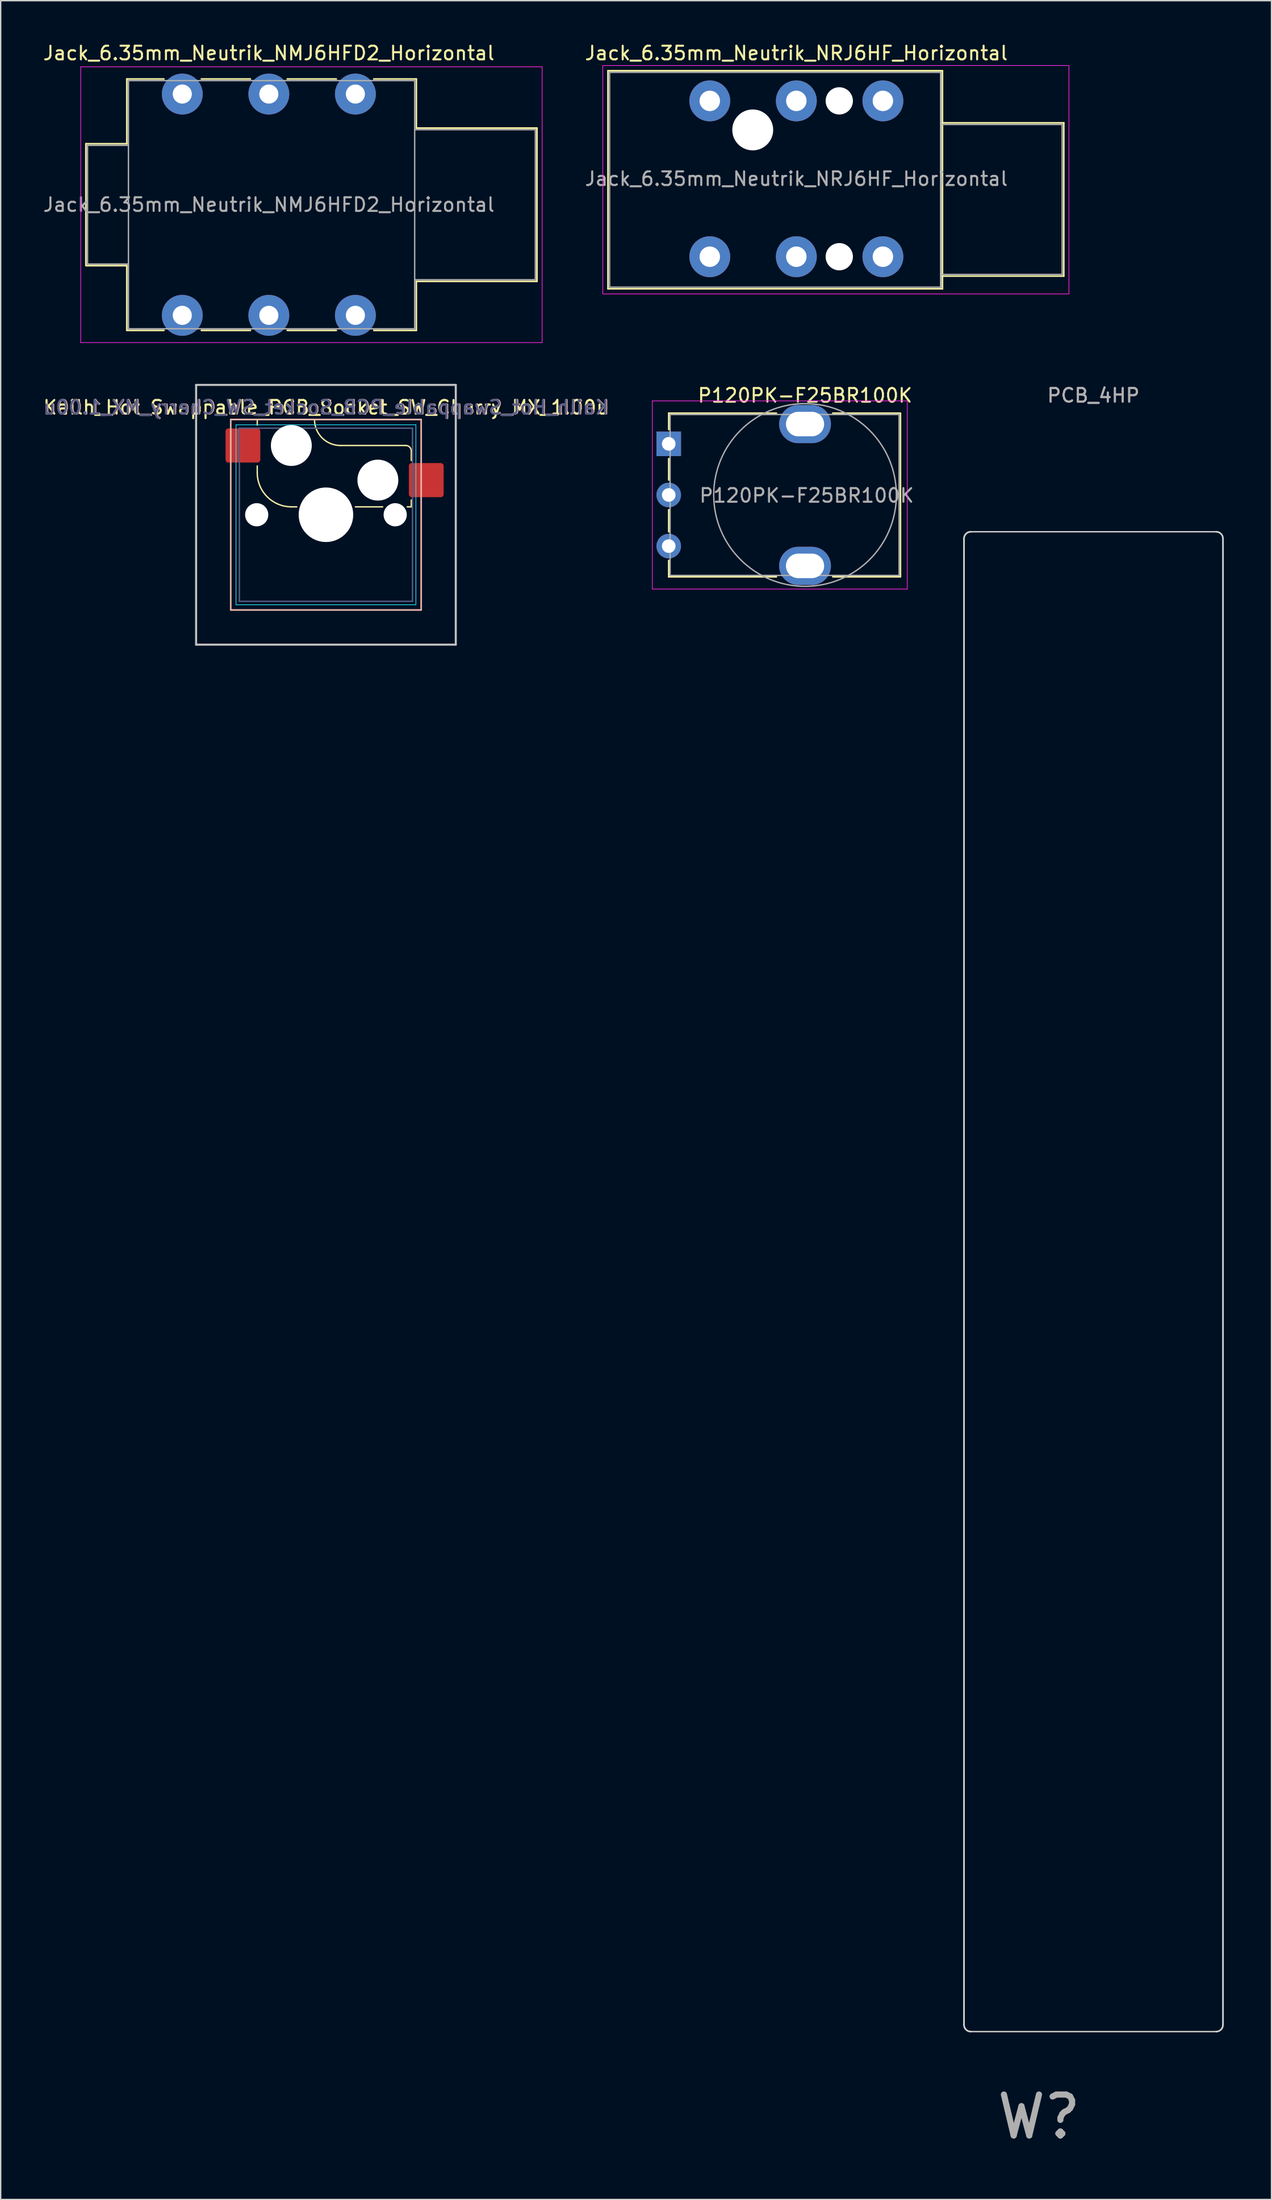
<source format=kicad_pcb>
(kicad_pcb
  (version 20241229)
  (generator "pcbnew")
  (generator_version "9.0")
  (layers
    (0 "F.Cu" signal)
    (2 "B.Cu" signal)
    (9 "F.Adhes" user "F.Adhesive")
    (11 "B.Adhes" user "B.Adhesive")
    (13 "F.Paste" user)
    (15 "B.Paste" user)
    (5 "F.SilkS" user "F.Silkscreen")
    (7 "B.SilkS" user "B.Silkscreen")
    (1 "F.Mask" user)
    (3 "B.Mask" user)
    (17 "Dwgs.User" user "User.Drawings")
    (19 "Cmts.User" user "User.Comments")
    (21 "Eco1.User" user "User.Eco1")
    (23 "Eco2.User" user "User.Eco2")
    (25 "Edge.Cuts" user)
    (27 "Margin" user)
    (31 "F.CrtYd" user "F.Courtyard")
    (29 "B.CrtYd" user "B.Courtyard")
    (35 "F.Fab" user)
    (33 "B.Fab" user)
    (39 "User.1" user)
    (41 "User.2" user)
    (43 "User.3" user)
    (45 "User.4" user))
  (footprint "P120PK-F25BR100K"
    (layer "F.Cu")
    (at 56.011 33.252)
    (property "Reference" "P120PK-F25BR100K" (at 0 -7.3 180) (layer "F.SilkS") (effects (font (size 1 1) (thickness 0.15))))
    (attr through_hole)
    (fp_line (start -10 -6) (end -2.1 -6) (stroke (width 0.12) (type solid)) (layer "F.SilkS"))
    (fp_line (start -10 -4.8) (end -10 -6) (stroke (width 0.12) (type solid)) (layer "F.SilkS"))
    (fp_line (start -10 -1.1) (end -10 -2.665) (stroke (width 0.12) (type solid)) (layer "F.SilkS"))
    (fp_line (start -10 2.7) (end -10 1.085) (stroke (width 0.12) (type solid)) (layer "F.SilkS"))
    (fp_line (start -10 6) (end -10 4.8) (stroke (width 0.12) (type solid)) (layer "F.SilkS"))
    (fp_line (start -10 6) (end -2.1 6) (stroke (width 0.12) (type solid)) (layer "F.SilkS"))
    (fp_line (start 2.035 -6) (end 6.965 -6) (stroke (width 0.12) (type solid)) (layer "F.SilkS"))
    (fp_line (start 2.035 6) (end 6.965 6) (stroke (width 0.12) (type solid)) (layer "F.SilkS"))
    (fp_line (start 7 6) (end 7 -6) (stroke (width 0.12) (type solid)) (layer "F.SilkS"))
    (fp_line (start -11.2 -6.9) (end -11.2 6.9) (stroke (width 0.05) (type solid)) (layer "F.CrtYd"))
    (fp_line (start -11.2 6.9) (end 7.5 6.9) (stroke (width 0.05) (type solid)) (layer "F.CrtYd"))
    (fp_line (start 7.5 -6.9) (end -11.2 -6.9) (stroke (width 0.05) (type solid)) (layer "F.CrtYd"))
    (fp_line (start 7.5 6.9) (end 7.5 -6.9) (stroke (width 0.05) (type solid)) (layer "F.CrtYd"))
    (fp_line (start -9.9 -5.9) (end 6.9 -5.9) (stroke (width 0.1) (type solid)) (layer "F.Fab"))
    (fp_line (start -9.9 5.9) (end -9.9 -5.9) (stroke (width 0.1) (type solid)) (layer "F.Fab"))
    (fp_line (start -9.9 5.9) (end 6.9 5.9) (stroke (width 0.1) (type solid)) (layer "F.Fab"))
    (fp_line (start 6.9 5.9) (end 6.9 -5.9) (stroke (width 0.1) (type solid)) (layer "F.Fab"))
    (fp_circle (center 0 0) (end 0 -6.7) (stroke (width 0.1) (type solid)) (fill no) (layer "F.Fab"))
    (fp_text user "${REFERENCE}" (at 0.12 0.04 0) (layer "F.Fab") (effects (font (size 1 1) (thickness 0.15))))
    (pad "" thru_hole oval (at 0 -5.2 90) (size 2.8 3.8) (drill oval 1.8 2.8) (layers "*.Cu" "*.Mask"))
    (pad "" thru_hole oval (at 0 5.2 90) (size 2.8 3.8) (drill oval 1.8 2.8) (layers "*.Cu" "*.Mask"))
    (pad "1" thru_hole rect (at -10 -3.75 90) (size 1.8 1.8) (drill 1) (layers "*.Cu" "*.Mask"))
    (pad "2" thru_hole circle (at -10 0 90) (size 1.8 1.8) (drill 1) (layers "*.Cu" "*.Mask"))
    (pad "3" thru_hole circle (at -10 3.75 90) (size 1.8 1.8) (drill 1) (layers "*.Cu" "*.Mask")))
  (footprint "Kailh_Hot_Swappable_PCB_Socket_SW_Cherry_MX_1.00u"
    (layer "F.Cu")
    (at 20.863 34.703)
    (property "Reference" "Kailh_Hot_Swappable_PCB_Socket_SW_Cherry_MX_1.00u" (at 0 -7.874 0) (layer "F.SilkS") (effects (font (size 1 1) (thickness 0.15))))
    (attr smd)
    (fp_line (start -5.04 -6.98) (end -0.84 -6.98) (stroke (width 0.1) (type default)) (layer "F.SilkS"))
    (fp_line (start -5.04 -6.58) (end -5.04 -6.98) (stroke (width 0.1) (type default)) (layer "F.SilkS"))
    (fp_line (start -5.04 -3.08) (end -5.04 -3.58) (stroke (width 0.1) (type default)) (layer "F.SilkS"))
    (fp_line (start -2.14 -0.58) (end -2.543 -0.58) (stroke (width 0.1) (type default)) (layer "F.SilkS"))
    (fp_line (start 1.06 -5.08) (end 5.86 -5.08) (stroke (width 0.1) (type default)) (layer "F.SilkS"))
    (fp_line (start 4.16 -0.58) (end 2.16 -0.58) (stroke (width 0.1) (type default)) (layer "F.SilkS"))
    (fp_line (start 6.26 -4.68) (end 6.26 -3.98) (stroke (width 0.1) (type default)) (layer "F.SilkS"))
    (fp_line (start 6.26 -1.08) (end 6.26 -0.68) (stroke (width 0.1) (type default)) (layer "F.SilkS"))
    (fp_line (start 6.26 -0.68) (end 6.26 -0.58) (stroke (width 0.1) (type default)) (layer "F.SilkS"))
    (fp_line (start 6.26 -0.58) (end 5.96 -0.58) (stroke (width 0.1) (type default)) (layer "F.SilkS"))
    (fp_arc (start -2.542944 -0.582944) (mid -4.308627 -1.314316) (end -5.04 -3.08) (stroke (width 0.1) (type default)) (layer "F.SilkS"))
    (fp_arc (start 1.06 -5.08) (mid -0.283503 -5.636497) (end -0.84 -6.98) (stroke (width 0.1) (type default)) (layer "F.SilkS"))
    (fp_arc (start 5.86 -5.08) (mid 6.142843 -4.962843) (end 6.26 -4.68) (stroke (width 0.1) (type default)) (layer "F.SilkS"))
    (fp_line (start -6.985 -6.985) (end -6.985 6.985) (stroke (width 0.12) (type solid)) (layer "B.SilkS"))
    (fp_line (start -6.985 6.985) (end 6.985 6.985) (stroke (width 0.12) (type solid)) (layer "B.SilkS"))
    (fp_line (start 6.985 -6.985) (end -6.985 -6.985) (stroke (width 0.12) (type solid)) (layer "B.SilkS"))
    (fp_line (start 6.985 6.985) (end 6.985 -6.985) (stroke (width 0.12) (type solid)) (layer "B.SilkS"))
    (fp_line (start -9.525 -9.525) (end -9.525 9.525) (stroke (width 0.15) (type solid)) (layer "Dwgs.User"))
    (fp_line (start -9.525 9.525) (end 9.525 9.525) (stroke (width 0.15) (type solid)) (layer "Dwgs.User"))
    (fp_line (start 9.525 -9.525) (end -9.525 -9.525) (stroke (width 0.15) (type solid)) (layer "Dwgs.User"))
    (fp_line (start 9.525 9.525) (end 9.525 -9.525) (stroke (width 0.15) (type solid)) (layer "Dwgs.User"))
    (fp_line (start -6.6 -6.6) (end -6.6 6.6) (stroke (width 0.05) (type solid)) (layer "B.CrtYd"))
    (fp_line (start -6.6 6.6) (end 6.6 6.6) (stroke (width 0.05) (type solid)) (layer "B.CrtYd"))
    (fp_line (start 6.6 -6.6) (end -6.6 -6.6) (stroke (width 0.05) (type solid)) (layer "B.CrtYd"))
    (fp_line (start 6.6 6.6) (end 6.6 -6.6) (stroke (width 0.05) (type solid)) (layer "B.CrtYd"))
    (fp_line (start -6.35 -6.35) (end -6.35 6.35) (stroke (width 0.1) (type solid)) (layer "B.Fab"))
    (fp_line (start -6.35 6.35) (end 6.35 6.35) (stroke (width 0.1) (type solid)) (layer "B.Fab"))
    (fp_line (start 6.35 -6.35) (end -6.35 -6.35) (stroke (width 0.1) (type solid)) (layer "B.Fab"))
    (fp_line (start 6.35 6.35) (end 6.35 -6.35) (stroke (width 0.1) (type solid)) (layer "B.Fab"))
    (fp_text user "${REFERENCE}" (at 0.06 -7.88 0) (unlocked yes) (layer "B.SilkS") (effects (font (size 1 1) (thickness 0.15)) (justify mirror)))
    (fp_text user "${REFERENCE}" (at 0 -7.874 0) (layer "B.Fab") (effects (font (size 1 1) (thickness 0.15)) (justify mirror)))
    (pad "" np_thru_hole circle (at -5.08 0) (size 1.7 1.7) (drill 1.7) (layers "*.Cu" "*.Mask"))
    (pad "" np_thru_hole circle (at -2.54 -5.08) (size 3 3) (drill 3) (layers "*.Cu" "*.Mask"))
    (pad "" np_thru_hole circle (at 0 0) (size 4 4) (drill 4) (layers "*.Cu" "*.Mask"))
    (pad "" np_thru_hole circle (at 3.81 -2.54) (size 3 3) (drill 3) (layers "*.Cu" "*.Mask"))
    (pad "" np_thru_hole circle (at 5.08 0) (size 1.7 1.7) (drill 1.7) (layers "*.Cu" "*.Mask"))
    (pad "1" smd roundrect (at 7.36 -2.54) (size 2.55 2.5) (layers "F.Cu" "F.Mask" "F.Paste") (roundrect_rratio 0.083))
    (pad "2" smd roundrect (at -6.09 -5.08) (size 2.55 2.5) (layers "F.Cu" "F.Mask" "F.Paste") (roundrect_rratio 0.083)))
  (footprint "Jack_6.35mm_Neutrik_NMJ6HFD2_Horizontal"
    (layer "F.Cu")
    (at 10.323 3.848)
    (property "Reference" "Jack_6.35mm_Neutrik_NMJ6HFD2_Horizontal" (at 6.35 -3 0) (layer "F.SilkS") (effects (font (size 1 1) (thickness 0.15))))
    (attr through_hole)
    (fp_line (start -7.07 3.645) (end -4.07 3.645) (stroke (width 0.12) (type solid)) (layer "F.SilkS"))
    (fp_line (start -7.07 12.545) (end -7.07 3.645) (stroke (width 0.12) (type solid)) (layer "F.SilkS"))
    (fp_line (start -7.07 12.585) (end -4.07 12.585) (stroke (width 0.12) (type solid)) (layer "F.SilkS"))
    (fp_line (start -4.07 -1.105) (end -1.35 -1.105) (stroke (width 0.12) (type solid)) (layer "F.SilkS"))
    (fp_line (start -4.07 3.645) (end -4.07 -1.105) (stroke (width 0.12) (type solid)) (layer "F.SilkS"))
    (fp_line (start -4.07 17.335) (end -4.07 12.585) (stroke (width 0.12) (type solid)) (layer "F.SilkS"))
    (fp_line (start -1.35 17.335) (end -4.07 17.335) (stroke (width 0.12) (type solid)) (layer "F.SilkS"))
    (fp_line (start 1.4 -1.105) (end 5 -1.105) (stroke (width 0.12) (type solid)) (layer "F.SilkS"))
    (fp_line (start 5 17.335) (end 1.4 17.335) (stroke (width 0.12) (type solid)) (layer "F.SilkS"))
    (fp_line (start 7.7 -1.105) (end 11.3 -1.105) (stroke (width 0.12) (type solid)) (layer "F.SilkS"))
    (fp_line (start 11.3 17.335) (end 7.7 17.335) (stroke (width 0.12) (type solid)) (layer "F.SilkS"))
    (fp_line (start 17.17 -1.105) (end 14.05 -1.105) (stroke (width 0.12) (type solid)) (layer "F.SilkS"))
    (fp_line (start 17.17 2.495) (end 17.17 -1.105) (stroke (width 0.12) (type solid)) (layer "F.SilkS"))
    (fp_line (start 17.17 2.495) (end 26.02 2.495) (stroke (width 0.12) (type solid)) (layer "F.SilkS"))
    (fp_line (start 17.17 13.735) (end 26.02 13.735) (stroke (width 0.12) (type solid)) (layer "F.SilkS"))
    (fp_line (start 17.17 17.335) (end 14.05 17.335) (stroke (width 0.12) (type solid)) (layer "F.SilkS"))
    (fp_line (start 17.17 17.335) (end 17.17 13.735) (stroke (width 0.12) (type solid)) (layer "F.SilkS"))
    (fp_line (start 26.02 13.735) (end 26.02 2.495) (stroke (width 0.12) (type solid)) (layer "F.SilkS"))
    (fp_line (start -7.45 18.23) (end -7.45 -2) (stroke (width 0.05) (type solid)) (layer "F.CrtYd"))
    (fp_line (start -7.45 18.23) (end 26.4 18.23) (stroke (width 0.05) (type solid)) (layer "F.CrtYd"))
    (fp_line (start 26.4 -2) (end -7.45 -2) (stroke (width 0.05) (type solid)) (layer "F.CrtYd"))
    (fp_line (start 26.4 18.23) (end 26.4 -2) (stroke (width 0.05) (type solid)) (layer "F.CrtYd"))
    (fp_line (start -6.95 3.765) (end -3.95 3.765) (stroke (width 0.1) (type solid)) (layer "F.Fab"))
    (fp_line (start -6.95 12.465) (end -6.95 3.765) (stroke (width 0.1) (type solid)) (layer "F.Fab"))
    (fp_line (start -6.95 12.465) (end -3.95 12.465) (stroke (width 0.1) (type solid)) (layer "F.Fab"))
    (fp_line (start -3.95 17.215) (end -3.95 -0.985) (stroke (width 0.1) (type solid)) (layer "F.Fab"))
    (fp_line (start 17.05 -0.985) (end -3.95 -0.985) (stroke (width 0.1) (type solid)) (layer "F.Fab"))
    (fp_line (start 17.05 17.215) (end -3.95 17.215) (stroke (width 0.1) (type solid)) (layer "F.Fab"))
    (fp_line (start 17.05 17.215) (end 17.05 -0.985) (stroke (width 0.1) (type solid)) (layer "F.Fab"))
    (fp_line (start 25.9 2.615) (end 17.05 2.615) (stroke (width 0.1) (type solid)) (layer "F.Fab"))
    (fp_line (start 25.9 13.615) (end 17.05 13.615) (stroke (width 0.1) (type solid)) (layer "F.Fab"))
    (fp_line (start 25.9 13.615) (end 25.9 2.615) (stroke (width 0.1) (type solid)) (layer "F.Fab"))
    (fp_text user "${REFERENCE}" (at 6.35 8.115 0) (layer "F.Fab") (effects (font (size 1 1) (thickness 0.15))))
    (pad "R" thru_hole circle (at 6.35 0) (size 3 3) (drill 1.4) (layers "*.Cu" "*.Mask"))
    (pad "RN" thru_hole circle (at 6.35 16.23) (size 3 3) (drill 1.4) (layers "*.Cu" "*.Mask"))
    (pad "S" thru_hole circle (at 12.7 0) (size 3 3) (drill 1.4) (layers "*.Cu" "*.Mask"))
    (pad "SN" thru_hole circle (at 12.7 16.23) (size 3 3) (drill 1.4) (layers "*.Cu" "*.Mask"))
    (pad "T" thru_hole circle (at 0 0) (size 3 3) (drill 1.4) (layers "*.Cu" "*.Mask"))
    (pad "TN" thru_hole circle (at 0 16.23) (size 3 3) (drill 1.4) (layers "*.Cu" "*.Mask")))
  (footprint "PCB_4HP"
    (layer "F.Cu")
    (at 77.173 90.951)
    (property "Reference" "PCB_4HP" (at 0 -65 0) (unlocked yes) (layer "F.Fab") (effects (font (size 1 1) (thickness 0.15))))
    (attr through_hole)
    (fp_line (start -9.5 54.5) (end -9.5 -54.5) (stroke (width 0.12) (type solid)) (layer "Edge.Cuts"))
    (fp_line (start -9 -55) (end 9 -55) (stroke (width 0.1) (type solid)) (layer "Edge.Cuts"))
    (fp_line (start -9 55) (end 9 55) (stroke (width 0.1) (type solid)) (layer "Edge.Cuts"))
    (fp_line (start 9.5 -54.5) (end 9.5 54.5) (stroke (width 0.12) (type solid)) (layer "Edge.Cuts"))
    (fp_arc (start -9.5 -54.5) (mid -9.353553 -54.853553) (end -9 -55) (stroke (width 0.12) (type solid)) (layer "Edge.Cuts"))
    (fp_arc (start -9 55) (mid -9.353553 54.853553) (end -9.5 54.5) (stroke (width 0.12) (type solid)) (layer "Edge.Cuts"))
    (fp_arc (start 9 -55) (mid 9.353553 -54.853553) (end 9.5 -54.5) (stroke (width 0.12) (type solid)) (layer "Edge.Cuts"))
    (fp_arc (start 9.5 54.5) (mid 9.353553 54.853553) (end 9 55) (stroke (width 0.12) (type solid)) (layer "Edge.Cuts"))
    (fp_line (start -10 -63.75) (end -10 63.75) (stroke (width 0.12) (type solid)) (layer "User.2"))
    (fp_line (start -9.5 64.25) (end 9.5 64.25) (stroke (width 0.12) (type solid)) (layer "User.2"))
    (fp_line (start 9.5 -64.25) (end -9.5 -64.25) (stroke (width 0.12) (type solid)) (layer "User.2"))
    (fp_line (start 10 63.75) (end 10 -63.75) (stroke (width 0.12) (type solid)) (layer "User.2"))
    (fp_arc (start -10 -63.75) (mid -9.853553 -64.103553) (end -9.5 -64.25) (stroke (width 0.12) (type solid)) (layer "User.2"))
    (fp_arc (start -9.5 64.25) (mid -9.853553 64.103553) (end -10 63.75) (stroke (width 0.12) (type solid)) (layer "User.2"))
    (fp_arc (start 9.5 -64.25) (mid 9.853553 -64.103553) (end 10 -63.75) (stroke (width 0.12) (type solid)) (layer "User.2"))
    (fp_arc (start 10 63.75) (mid 9.853553 64.103553) (end 9.5 64.25) (stroke (width 0.12) (type solid)) (layer "User.2"))
    (fp_circle (center -5.08 -61.25) (end -2.959 -61.25) (stroke (width 0.12) (type solid)) (fill no) (layer "User.2"))
    (fp_circle (center 5.08 61.25) (end 7.201 61.25) (stroke (width 0.12) (type solid)) (fill no) (layer "User.2"))
    (fp_text user "${REFERENCE}" (at 0 -65 0) (unlocked yes) (layer "F.Fab") (effects (font (size 1 1) (thickness 0.15))))
    (fp_text user "W?" (at -4 61.25 0) (unlocked yes) (layer "F.Fab") (effects (font (size 3 3) (thickness 0.45)))))
  (footprint "Jack_6.35mm_Neutrik_NRJ6HF_Horizontal"
    (layer "F.Cu")
    (at 49.023 4.348)
    (property "Reference" "Jack_6.35mm_Neutrik_NRJ6HF_Horizontal" (at 6.35 -3.5 0) (layer "F.SilkS") (effects (font (size 1 1) (thickness 0.15))))
    (attr through_hole)
    (fp_line (start -7.47 -2.21) (end 17.07 -2.21) (stroke (width 0.12) (type solid)) (layer "F.SilkS"))
    (fp_line (start -7.47 13.78) (end -7.47 -2.21) (stroke (width 0.12) (type solid)) (layer "F.SilkS"))
    (fp_line (start -7.47 13.78) (end 17.07 13.78) (stroke (width 0.12) (type solid)) (layer "F.SilkS"))
    (fp_line (start 17.07 -2.21) (end 17.07 13.78) (stroke (width 0.12) (type solid)) (layer "F.SilkS"))
    (fp_line (start 25.97 1.61) (end 17.07 1.61) (stroke (width 0.12) (type solid)) (layer "F.SilkS"))
    (fp_line (start 25.97 12.85) (end 17.07 12.85) (stroke (width 0.12) (type solid)) (layer "F.SilkS"))
    (fp_line (start 25.97 12.85) (end 25.97 1.61) (stroke (width 0.12) (type solid)) (layer "F.SilkS"))
    (fp_line (start 16.95 -2.09) (end 16.95 13.66) (stroke (width 0.1) (type solid)) (layer "Dwgs.User"))
    (fp_line (start -7.85 14.16) (end -7.85 -2.59) (stroke (width 0.05) (type solid)) (layer "F.CrtYd"))
    (fp_line (start -7.85 14.16) (end 26.35 14.16) (stroke (width 0.05) (type solid)) (layer "F.CrtYd"))
    (fp_line (start 26.35 -2.59) (end -7.85 -2.59) (stroke (width 0.05) (type solid)) (layer "F.CrtYd"))
    (fp_line (start 26.35 14.16) (end 26.35 -2.59) (stroke (width 0.05) (type solid)) (layer "F.CrtYd"))
    (fp_line (start -7.35 -2.09) (end 16.95 -2.09) (stroke (width 0.1) (type solid)) (layer "F.Fab"))
    (fp_line (start -7.35 13.66) (end -7.35 -2.09) (stroke (width 0.1) (type solid)) (layer "F.Fab"))
    (fp_line (start 16.95 -2.09) (end 16.95 13.66) (stroke (width 0.1) (type solid)) (layer "F.Fab"))
    (fp_line (start 16.95 12.73) (end 25.85 12.73) (stroke (width 0.1) (type solid)) (layer "F.Fab"))
    (fp_line (start 16.95 13.66) (end -7.35 13.66) (stroke (width 0.1) (type solid)) (layer "F.Fab"))
    (fp_line (start 25.85 1.73) (end 16.95 1.73) (stroke (width 0.1) (type solid)) (layer "F.Fab"))
    (fp_line (start 25.85 12.73) (end 25.85 1.73) (stroke (width 0.1) (type solid)) (layer "F.Fab"))
    (fp_text user "${REFERENCE}" (at 6.35 5.715 0) (layer "F.Fab") (effects (font (size 1 1) (thickness 0.15))))
    (pad "" np_thru_hole circle (at 3.15 2.13) (size 3 3) (drill 3) (layers "*.Cu" "*.Mask"))
    (pad "" np_thru_hole circle (at 9.5 0) (size 2 2) (drill 2) (layers "*.Cu" "*.Mask"))
    (pad "" np_thru_hole circle (at 9.5 11.43) (size 2 2) (drill 2) (layers "*.Cu" "*.Mask"))
    (pad "R" thru_hole circle (at 6.35 0) (size 3 3) (drill 1.5) (layers "*.Cu" "*.Mask"))
    (pad "RN" thru_hole circle (at 6.35 11.43) (size 3 3) (drill 1.5) (layers "*.Cu" "*.Mask"))
    (pad "S" thru_hole circle (at 12.7 0) (size 3 3) (drill 1.5) (layers "*.Cu" "*.Mask"))
    (pad "SN" thru_hole circle (at 12.7 11.43) (size 3 3) (drill 1.5) (layers "*.Cu" "*.Mask"))
    (pad "T" thru_hole circle (at 0 0) (size 3 3) (drill 1.5) (layers "*.Cu" "*.Mask"))
    (pad "TN" thru_hole circle (at 0 11.43) (size 3 3) (drill 1.5) (layers "*.Cu" "*.Mask")))
  (gr_rect
    (start -3 -3)
    (end 90.233 158.262)
    (stroke (width 0.1) (type default))
    (fill no)
    (layer "Edge.Cuts")))
</source>
